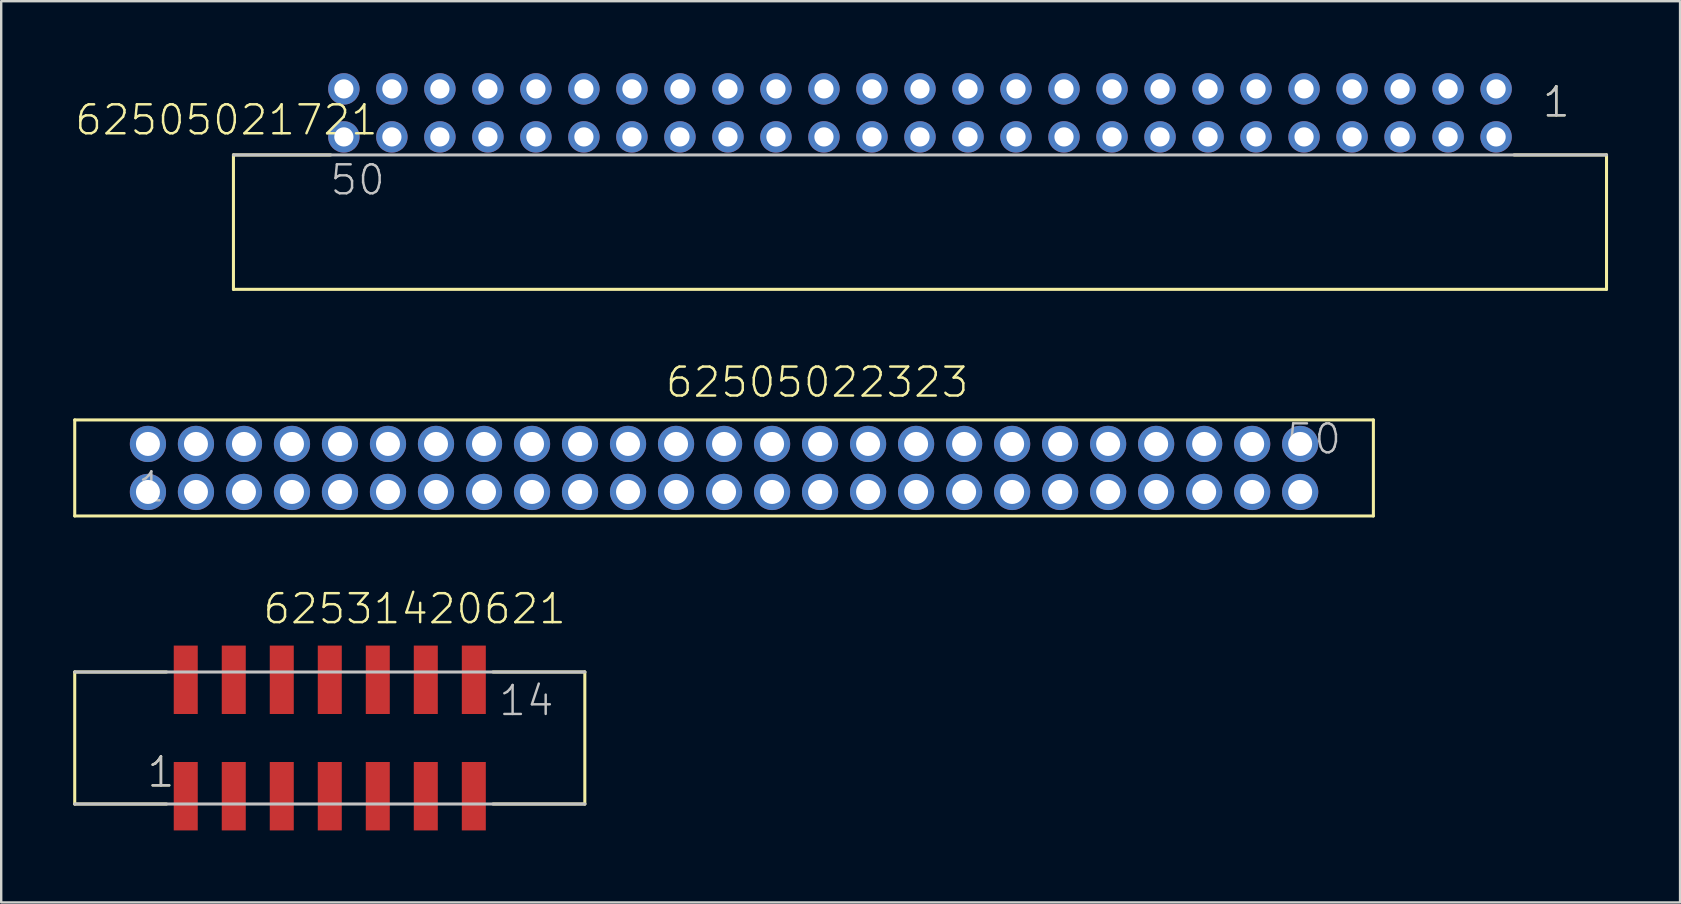
<source format=kicad_pcb>
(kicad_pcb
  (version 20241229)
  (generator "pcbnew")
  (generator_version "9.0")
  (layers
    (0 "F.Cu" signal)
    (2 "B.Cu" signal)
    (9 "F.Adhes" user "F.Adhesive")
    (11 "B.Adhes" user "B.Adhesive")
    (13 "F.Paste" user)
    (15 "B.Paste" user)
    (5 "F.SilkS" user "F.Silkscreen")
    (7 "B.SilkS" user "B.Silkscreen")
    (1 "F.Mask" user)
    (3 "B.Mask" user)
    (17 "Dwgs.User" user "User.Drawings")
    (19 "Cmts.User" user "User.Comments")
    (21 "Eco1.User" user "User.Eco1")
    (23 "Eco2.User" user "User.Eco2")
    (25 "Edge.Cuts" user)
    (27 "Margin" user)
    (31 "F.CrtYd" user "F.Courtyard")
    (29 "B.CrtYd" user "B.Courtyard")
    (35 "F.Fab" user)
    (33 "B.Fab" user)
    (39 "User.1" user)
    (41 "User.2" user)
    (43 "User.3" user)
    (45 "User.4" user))
  (footprint "62531420621"
    (layer "F.Cu")
    (at 10.688 27.694)
    (property "Reference" "62531420621" (at -2.85 -4.675 0) (layer "F.SilkS") (effects (font (size 1.206 1.206) (thickness 0.102)) (justify left bottom)))
    (attr through_hole)
    (fp_line (start -10.625 -2.75) (end -10.625 2.75) (stroke (width 0.127) (type solid)) (layer "F.SilkS"))
    (fp_line (start -6.8 -2.75) (end -10.625 -2.75) (stroke (width 0.127) (type solid)) (layer "F.SilkS"))
    (fp_line (start -6.8 2.75) (end -10.625 2.75) (stroke (width 0.127) (type solid)) (layer "F.SilkS"))
    (fp_line (start 6.8 -2.75) (end 10.625 -2.75) (stroke (width 0.127) (type solid)) (layer "F.SilkS"))
    (fp_line (start 6.8 2.75) (end 10.625 2.75) (stroke (width 0.127) (type solid)) (layer "F.SilkS"))
    (fp_line (start 10.625 2.75) (end 10.625 -2.75) (stroke (width 0.127) (type solid)) (layer "F.SilkS"))
    (fp_line (start -10.625 2.75) (end 10.625 2.75) (stroke (width 0.127) (type solid)) (layer "Dwgs.User"))
    (fp_line (start 10.625 -2.75) (end -10.625 -2.75) (stroke (width 0.127) (type solid)) (layer "Dwgs.User"))
    (fp_text user "1" (at -7.675 2.125 0) (layer "F.SilkS") (effects (font (size 1.206 1.206) (thickness 0.102)) (justify left bottom)))
    (fp_text user "1" (at -7.675 2.125 0) (layer "Dwgs.User") (effects (font (size 1.206 1.206) (thickness 0.102)) (justify left bottom)))
    (fp_text user "14" (at 6.975 -0.85 0) (layer "Dwgs.User") (effects (font (size 1.206 1.206) (thickness 0.102)) (justify left bottom)))
    (pad "1" smd rect (at -6 2.425 180) (size 1 2.85) (layers "F.Cu" "F.Mask" "F.Paste"))
    (pad "2" smd rect (at -6 -2.425 180) (size 1 2.85) (layers "F.Cu" "F.Mask" "F.Paste"))
    (pad "3" smd rect (at -4 2.425 180) (size 1 2.85) (layers "F.Cu" "F.Mask" "F.Paste"))
    (pad "4" smd rect (at -4 -2.425 180) (size 1 2.85) (layers "F.Cu" "F.Mask" "F.Paste"))
    (pad "5" smd rect (at -2 2.425 180) (size 1 2.85) (layers "F.Cu" "F.Mask" "F.Paste"))
    (pad "6" smd rect (at -2 -2.425 180) (size 1 2.85) (layers "F.Cu" "F.Mask" "F.Paste"))
    (pad "7" smd rect (at 0 2.425 180) (size 1 2.85) (layers "F.Cu" "F.Mask" "F.Paste"))
    (pad "8" smd rect (at 0 -2.425 180) (size 1 2.85) (layers "F.Cu" "F.Mask" "F.Paste"))
    (pad "9" smd rect (at 2 2.425 180) (size 1 2.85) (layers "F.Cu" "F.Mask" "F.Paste"))
    (pad "10" smd rect (at 2 -2.425 180) (size 1 2.85) (layers "F.Cu" "F.Mask" "F.Paste"))
    (pad "11" smd rect (at 4 2.425 180) (size 1 2.85) (layers "F.Cu" "F.Mask" "F.Paste"))
    (pad "12" smd rect (at 4 -2.425 180) (size 1 2.85) (layers "F.Cu" "F.Mask" "F.Paste"))
    (pad "13" smd rect (at 6 2.425 180) (size 1 2.85) (layers "F.Cu" "F.Mask" "F.Paste"))
    (pad "14" smd rect (at 6 -2.425 180) (size 1 2.85) (layers "F.Cu" "F.Mask" "F.Paste")))
  (footprint "62505022323"
    (layer "F.Cu")
    (at 27.113 16.444)
    (property "Reference" "62505022323" (at -2.505 -2.865 0) (layer "F.SilkS") (effects (font (size 1.206 1.206) (thickness 0.102)) (justify left bottom)))
    (attr through_hole)
    (fp_line (start -27.05 -2) (end -27.05 2) (stroke (width 0.127) (type solid)) (layer "F.SilkS"))
    (fp_line (start -27.05 2) (end 27.05 2) (stroke (width 0.127) (type solid)) (layer "F.SilkS"))
    (fp_line (start 27.05 -2) (end -27.05 -2) (stroke (width 0.127) (type solid)) (layer "F.SilkS"))
    (fp_line (start 27.05 2) (end 27.05 -2) (stroke (width 0.127) (type solid)) (layer "F.SilkS"))
    (fp_text user "50" (at 23.355 -0.5 0) (layer "Dwgs.User") (effects (font (size 1.206 1.206) (thickness 0.102)) (justify left bottom)))
    (fp_text user "1" (at -24.5 1.5 0) (layer "Dwgs.User") (effects (font (size 1.206 1.206) (thickness 0.102)) (justify left bottom)))
    (pad "1" thru_hole circle (at -24 1) (size 1.508 1.508) (drill 1) (layers "*.Cu" "*.Mask"))
    (pad "2" thru_hole circle (at -24 -1) (size 1.508 1.508) (drill 1) (layers "*.Cu" "*.Mask"))
    (pad "3" thru_hole circle (at -22 1) (size 1.508 1.508) (drill 1) (layers "*.Cu" "*.Mask"))
    (pad "4" thru_hole circle (at -22 -1) (size 1.508 1.508) (drill 1) (layers "*.Cu" "*.Mask"))
    (pad "5" thru_hole circle (at -20 1) (size 1.508 1.508) (drill 1) (layers "*.Cu" "*.Mask"))
    (pad "6" thru_hole circle (at -20 -1) (size 1.508 1.508) (drill 1) (layers "*.Cu" "*.Mask"))
    (pad "7" thru_hole circle (at -18 1) (size 1.508 1.508) (drill 1) (layers "*.Cu" "*.Mask"))
    (pad "8" thru_hole circle (at -18 -1) (size 1.508 1.508) (drill 1) (layers "*.Cu" "*.Mask"))
    (pad "9" thru_hole circle (at -16 1) (size 1.508 1.508) (drill 1) (layers "*.Cu" "*.Mask"))
    (pad "10" thru_hole circle (at -16 -1) (size 1.508 1.508) (drill 1) (layers "*.Cu" "*.Mask"))
    (pad "11" thru_hole circle (at -14 1) (size 1.508 1.508) (drill 1) (layers "*.Cu" "*.Mask"))
    (pad "12" thru_hole circle (at -14 -1) (size 1.508 1.508) (drill 1) (layers "*.Cu" "*.Mask"))
    (pad "13" thru_hole circle (at -12 1) (size 1.508 1.508) (drill 1) (layers "*.Cu" "*.Mask"))
    (pad "14" thru_hole circle (at -12 -1) (size 1.508 1.508) (drill 1) (layers "*.Cu" "*.Mask"))
    (pad "15" thru_hole circle (at -10 1) (size 1.508 1.508) (drill 1) (layers "*.Cu" "*.Mask"))
    (pad "16" thru_hole circle (at -10 -1) (size 1.508 1.508) (drill 1) (layers "*.Cu" "*.Mask"))
    (pad "17" thru_hole circle (at -8 1) (size 1.508 1.508) (drill 1) (layers "*.Cu" "*.Mask"))
    (pad "18" thru_hole circle (at -8 -1) (size 1.508 1.508) (drill 1) (layers "*.Cu" "*.Mask"))
    (pad "19" thru_hole circle (at -6 1) (size 1.508 1.508) (drill 1) (layers "*.Cu" "*.Mask"))
    (pad "20" thru_hole circle (at -6 -1) (size 1.508 1.508) (drill 1) (layers "*.Cu" "*.Mask"))
    (pad "21" thru_hole circle (at -4 1) (size 1.508 1.508) (drill 1) (layers "*.Cu" "*.Mask"))
    (pad "22" thru_hole circle (at -4 -1) (size 1.508 1.508) (drill 1) (layers "*.Cu" "*.Mask"))
    (pad "23" thru_hole circle (at -2 1) (size 1.508 1.508) (drill 1) (layers "*.Cu" "*.Mask"))
    (pad "24" thru_hole circle (at -2 -1) (size 1.508 1.508) (drill 1) (layers "*.Cu" "*.Mask"))
    (pad "25" thru_hole circle (at 0 1) (size 1.508 1.508) (drill 1) (layers "*.Cu" "*.Mask"))
    (pad "26" thru_hole circle (at 0 -1) (size 1.508 1.508) (drill 1) (layers "*.Cu" "*.Mask"))
    (pad "27" thru_hole circle (at 2 1) (size 1.508 1.508) (drill 1) (layers "*.Cu" "*.Mask"))
    (pad "28" thru_hole circle (at 2 -1) (size 1.508 1.508) (drill 1) (layers "*.Cu" "*.Mask"))
    (pad "29" thru_hole circle (at 4 1) (size 1.508 1.508) (drill 1) (layers "*.Cu" "*.Mask"))
    (pad "30" thru_hole circle (at 4 -1) (size 1.508 1.508) (drill 1) (layers "*.Cu" "*.Mask"))
    (pad "31" thru_hole circle (at 6 1) (size 1.508 1.508) (drill 1) (layers "*.Cu" "*.Mask"))
    (pad "32" thru_hole circle (at 6 -1) (size 1.508 1.508) (drill 1) (layers "*.Cu" "*.Mask"))
    (pad "33" thru_hole circle (at 8 1) (size 1.508 1.508) (drill 1) (layers "*.Cu" "*.Mask"))
    (pad "34" thru_hole circle (at 8 -1) (size 1.508 1.508) (drill 1) (layers "*.Cu" "*.Mask"))
    (pad "35" thru_hole circle (at 10 1) (size 1.508 1.508) (drill 1) (layers "*.Cu" "*.Mask"))
    (pad "36" thru_hole circle (at 10 -1) (size 1.508 1.508) (drill 1) (layers "*.Cu" "*.Mask"))
    (pad "37" thru_hole circle (at 12 1) (size 1.508 1.508) (drill 1) (layers "*.Cu" "*.Mask"))
    (pad "38" thru_hole circle (at 12 -1) (size 1.508 1.508) (drill 1) (layers "*.Cu" "*.Mask"))
    (pad "39" thru_hole circle (at 14 1) (size 1.508 1.508) (drill 1) (layers "*.Cu" "*.Mask"))
    (pad "40" thru_hole circle (at 14 -1) (size 1.508 1.508) (drill 1) (layers "*.Cu" "*.Mask"))
    (pad "41" thru_hole circle (at 16 1) (size 1.508 1.508) (drill 1) (layers "*.Cu" "*.Mask"))
    (pad "42" thru_hole circle (at 16 -1) (size 1.508 1.508) (drill 1) (layers "*.Cu" "*.Mask"))
    (pad "43" thru_hole circle (at 18 1) (size 1.508 1.508) (drill 1) (layers "*.Cu" "*.Mask"))
    (pad "44" thru_hole circle (at 18 -1) (size 1.508 1.508) (drill 1) (layers "*.Cu" "*.Mask"))
    (pad "45" thru_hole circle (at 20 1) (size 1.508 1.508) (drill 1) (layers "*.Cu" "*.Mask"))
    (pad "46" thru_hole circle (at 20 -1) (size 1.508 1.508) (drill 1) (layers "*.Cu" "*.Mask"))
    (pad "47" thru_hole circle (at 22 1) (size 1.508 1.508) (drill 1) (layers "*.Cu" "*.Mask"))
    (pad "48" thru_hole circle (at 22 -1) (size 1.508 1.508) (drill 1) (layers "*.Cu" "*.Mask"))
    (pad "49" thru_hole circle (at 24 1) (size 1.508 1.508) (drill 1) (layers "*.Cu" "*.Mask"))
    (pad "50" thru_hole circle (at 24 -1) (size 1.508 1.508) (drill 1) (layers "*.Cu" "*.Mask")))
  (footprint "62505021721"
    (layer "F.Cu")
    (at 35.275 1.654)
    (property "Reference" "62505021721" (at -35.275 1 0) (layer "F.SilkS") (effects (font (size 1.206 1.206) (thickness 0.102)) (justify left bottom)))
    (attr through_hole)
    (fp_line (start -28.6 1.75) (end -28.6 7.35) (stroke (width 0.127) (type solid)) (layer "F.SilkS"))
    (fp_line (start -28.6 7.35) (end 28.6 7.35) (stroke (width 0.127) (type solid)) (layer "F.SilkS"))
    (fp_line (start -24.55 1.75) (end -28.6 1.75) (stroke (width 0.127) (type solid)) (layer "F.SilkS"))
    (fp_line (start 24.75 1.75) (end 28.6 1.75) (stroke (width 0.127) (type solid)) (layer "F.SilkS"))
    (fp_line (start 28.6 7.35) (end 28.6 1.75) (stroke (width 0.127) (type solid)) (layer "F.SilkS"))
    (fp_line (start 28.6 1.75) (end -28.6 1.75) (stroke (width 0.127) (type solid)) (layer "Dwgs.User"))
    (fp_text user "1" (at 25.865 0.25 0) (layer "F.SilkS") (effects (font (size 1.206 1.206) (thickness 0.102)) (justify left bottom)))
    (fp_text user "50" (at -24.645 3.5 0) (layer "Dwgs.User") (effects (font (size 1.206 1.206) (thickness 0.102)) (justify left bottom)))
    (fp_text user "1" (at 25.865 0.25 0) (layer "Dwgs.User") (effects (font (size 1.206 1.206) (thickness 0.102)) (justify left bottom)))
    (pad "1" thru_hole circle (at 24 -1 180) (size 1.308 1.308) (drill 0.8) (layers "*.Cu" "*.Mask"))
    (pad "2" thru_hole circle (at 24 1 180) (size 1.308 1.308) (drill 0.8) (layers "*.Cu" "*.Mask"))
    (pad "3" thru_hole circle (at 22 -1 180) (size 1.308 1.308) (drill 0.8) (layers "*.Cu" "*.Mask"))
    (pad "4" thru_hole circle (at 22 1 180) (size 1.308 1.308) (drill 0.8) (layers "*.Cu" "*.Mask"))
    (pad "5" thru_hole circle (at 20 -1 180) (size 1.308 1.308) (drill 0.8) (layers "*.Cu" "*.Mask"))
    (pad "6" thru_hole circle (at 20 1 180) (size 1.308 1.308) (drill 0.8) (layers "*.Cu" "*.Mask"))
    (pad "7" thru_hole circle (at 18 -1 180) (size 1.308 1.308) (drill 0.8) (layers "*.Cu" "*.Mask"))
    (pad "8" thru_hole circle (at 18 1 180) (size 1.308 1.308) (drill 0.8) (layers "*.Cu" "*.Mask"))
    (pad "9" thru_hole circle (at 16 -1 180) (size 1.308 1.308) (drill 0.8) (layers "*.Cu" "*.Mask"))
    (pad "10" thru_hole circle (at 16 1 180) (size 1.308 1.308) (drill 0.8) (layers "*.Cu" "*.Mask"))
    (pad "11" thru_hole circle (at 14 -1 180) (size 1.308 1.308) (drill 0.8) (layers "*.Cu" "*.Mask"))
    (pad "12" thru_hole circle (at 14 1 180) (size 1.308 1.308) (drill 0.8) (layers "*.Cu" "*.Mask"))
    (pad "13" thru_hole circle (at 12 -1 180) (size 1.308 1.308) (drill 0.8) (layers "*.Cu" "*.Mask"))
    (pad "14" thru_hole circle (at 12 1 180) (size 1.308 1.308) (drill 0.8) (layers "*.Cu" "*.Mask"))
    (pad "15" thru_hole circle (at 10 -1 180) (size 1.308 1.308) (drill 0.8) (layers "*.Cu" "*.Mask"))
    (pad "16" thru_hole circle (at 10 1 180) (size 1.308 1.308) (drill 0.8) (layers "*.Cu" "*.Mask"))
    (pad "17" thru_hole circle (at 8 -1 180) (size 1.308 1.308) (drill 0.8) (layers "*.Cu" "*.Mask"))
    (pad "18" thru_hole circle (at 8 1 180) (size 1.308 1.308) (drill 0.8) (layers "*.Cu" "*.Mask"))
    (pad "19" thru_hole circle (at 6 -1 180) (size 1.308 1.308) (drill 0.8) (layers "*.Cu" "*.Mask"))
    (pad "20" thru_hole circle (at 6 1 180) (size 1.308 1.308) (drill 0.8) (layers "*.Cu" "*.Mask"))
    (pad "21" thru_hole circle (at 4 -1 180) (size 1.308 1.308) (drill 0.8) (layers "*.Cu" "*.Mask"))
    (pad "22" thru_hole circle (at 4 1 180) (size 1.308 1.308) (drill 0.8) (layers "*.Cu" "*.Mask"))
    (pad "23" thru_hole circle (at 2 -1 180) (size 1.308 1.308) (drill 0.8) (layers "*.Cu" "*.Mask"))
    (pad "24" thru_hole circle (at 2 1 180) (size 1.308 1.308) (drill 0.8) (layers "*.Cu" "*.Mask"))
    (pad "25" thru_hole circle (at 0 -1 180) (size 1.308 1.308) (drill 0.8) (layers "*.Cu" "*.Mask"))
    (pad "26" thru_hole circle (at 0 1 180) (size 1.308 1.308) (drill 0.8) (layers "*.Cu" "*.Mask"))
    (pad "27" thru_hole circle (at -2 -1 180) (size 1.308 1.308) (drill 0.8) (layers "*.Cu" "*.Mask"))
    (pad "28" thru_hole circle (at -2 1 180) (size 1.308 1.308) (drill 0.8) (layers "*.Cu" "*.Mask"))
    (pad "29" thru_hole circle (at -4 -1 180) (size 1.308 1.308) (drill 0.8) (layers "*.Cu" "*.Mask"))
    (pad "30" thru_hole circle (at -4 1 180) (size 1.308 1.308) (drill 0.8) (layers "*.Cu" "*.Mask"))
    (pad "31" thru_hole circle (at -6 -1 180) (size 1.308 1.308) (drill 0.8) (layers "*.Cu" "*.Mask"))
    (pad "32" thru_hole circle (at -6 1 180) (size 1.308 1.308) (drill 0.8) (layers "*.Cu" "*.Mask"))
    (pad "33" thru_hole circle (at -8 -1 180) (size 1.308 1.308) (drill 0.8) (layers "*.Cu" "*.Mask"))
    (pad "34" thru_hole circle (at -8 1 180) (size 1.308 1.308) (drill 0.8) (layers "*.Cu" "*.Mask"))
    (pad "35" thru_hole circle (at -10 -1 180) (size 1.308 1.308) (drill 0.8) (layers "*.Cu" "*.Mask"))
    (pad "36" thru_hole circle (at -10 1 180) (size 1.308 1.308) (drill 0.8) (layers "*.Cu" "*.Mask"))
    (pad "37" thru_hole circle (at -12 -1 180) (size 1.308 1.308) (drill 0.8) (layers "*.Cu" "*.Mask"))
    (pad "38" thru_hole circle (at -12 1 180) (size 1.308 1.308) (drill 0.8) (layers "*.Cu" "*.Mask"))
    (pad "39" thru_hole circle (at -14 -1 180) (size 1.308 1.308) (drill 0.8) (layers "*.Cu" "*.Mask"))
    (pad "40" thru_hole circle (at -14 1 180) (size 1.308 1.308) (drill 0.8) (layers "*.Cu" "*.Mask"))
    (pad "41" thru_hole circle (at -16 -1 180) (size 1.308 1.308) (drill 0.8) (layers "*.Cu" "*.Mask"))
    (pad "42" thru_hole circle (at -16 1 180) (size 1.308 1.308) (drill 0.8) (layers "*.Cu" "*.Mask"))
    (pad "43" thru_hole circle (at -18 -1 180) (size 1.308 1.308) (drill 0.8) (layers "*.Cu" "*.Mask"))
    (pad "44" thru_hole circle (at -18 1 180) (size 1.308 1.308) (drill 0.8) (layers "*.Cu" "*.Mask"))
    (pad "45" thru_hole circle (at -20 -1 180) (size 1.308 1.308) (drill 0.8) (layers "*.Cu" "*.Mask"))
    (pad "46" thru_hole circle (at -20 1 180) (size 1.308 1.308) (drill 0.8) (layers "*.Cu" "*.Mask"))
    (pad "47" thru_hole circle (at -22 -1 180) (size 1.308 1.308) (drill 0.8) (layers "*.Cu" "*.Mask"))
    (pad "48" thru_hole circle (at -22 1 180) (size 1.308 1.308) (drill 0.8) (layers "*.Cu" "*.Mask"))
    (pad "49" thru_hole circle (at -24 -1 180) (size 1.308 1.308) (drill 0.8) (layers "*.Cu" "*.Mask"))
    (pad "50" thru_hole circle (at -24 1 180) (size 1.308 1.308) (drill 0.8) (layers "*.Cu" "*.Mask")))
  (gr_rect
    (start -3 -3)
    (end 66.939 34.544)
    (stroke (width 0.1) (type default))
    (fill no)
    (layer "Edge.Cuts")))
</source>
